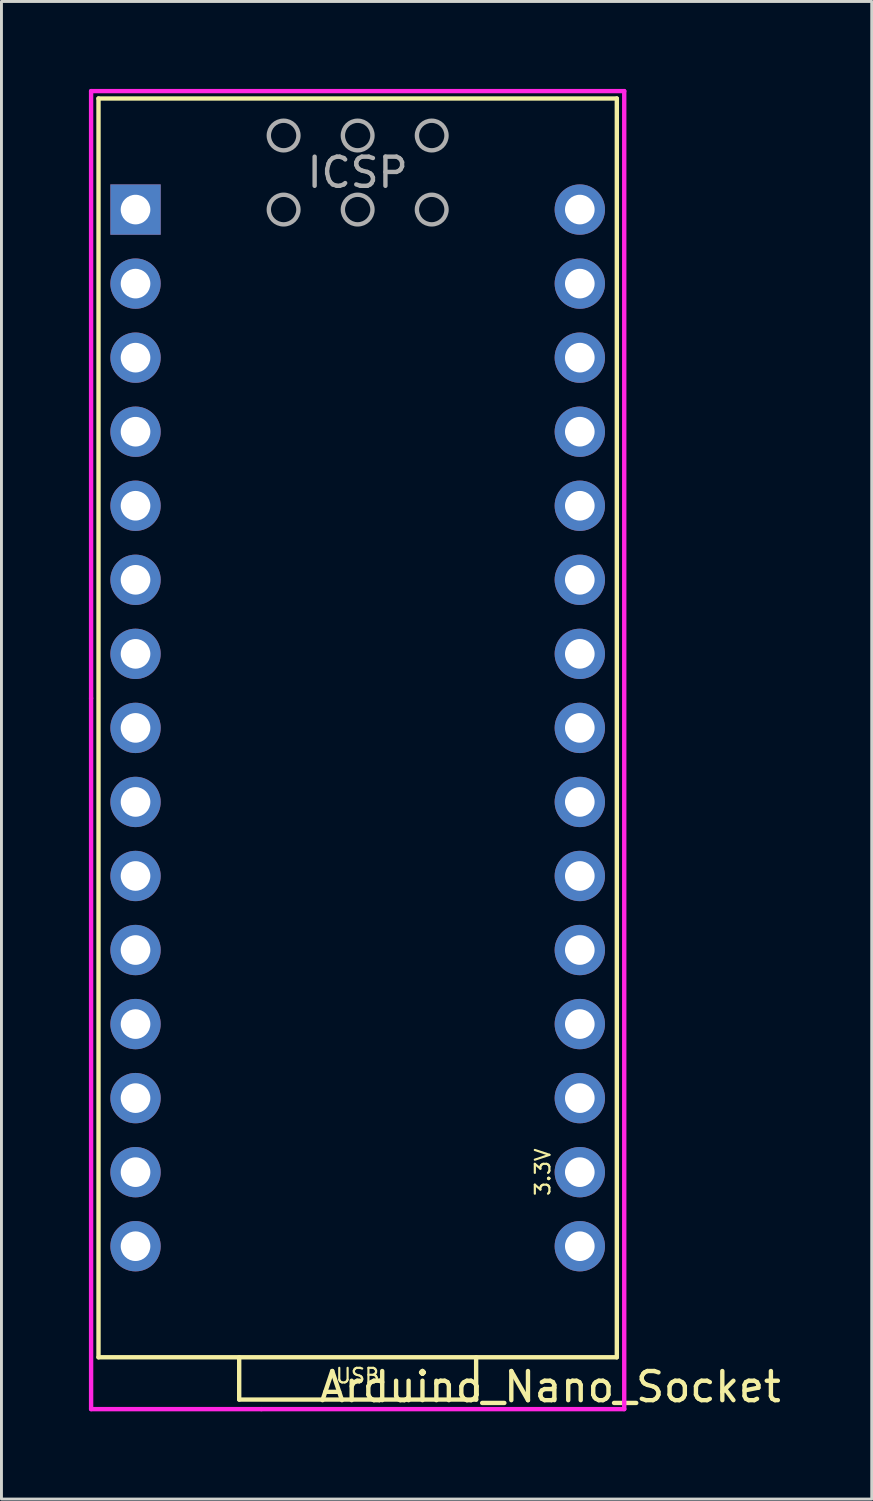
<source format=kicad_pcb>
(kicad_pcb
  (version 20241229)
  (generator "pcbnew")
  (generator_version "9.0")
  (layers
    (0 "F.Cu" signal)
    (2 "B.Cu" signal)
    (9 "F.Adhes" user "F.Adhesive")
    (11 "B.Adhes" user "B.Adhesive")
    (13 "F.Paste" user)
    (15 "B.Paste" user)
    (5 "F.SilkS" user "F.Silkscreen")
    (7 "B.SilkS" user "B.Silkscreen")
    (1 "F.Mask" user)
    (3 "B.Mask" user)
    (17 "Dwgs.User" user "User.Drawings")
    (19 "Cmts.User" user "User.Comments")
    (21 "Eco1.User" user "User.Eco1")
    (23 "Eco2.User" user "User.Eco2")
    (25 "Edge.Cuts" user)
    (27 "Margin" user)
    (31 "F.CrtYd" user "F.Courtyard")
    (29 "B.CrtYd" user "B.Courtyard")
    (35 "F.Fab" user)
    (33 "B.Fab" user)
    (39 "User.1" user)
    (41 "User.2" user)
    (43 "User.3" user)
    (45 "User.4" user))
  (footprint "Arduino_Nano_Socket"
    (layer "F.Cu")
    (at 9.219 43.509)
    (property "Reference" "Arduino_Nano_Socket" (at 6.604 1.016 0) (layer "F.SilkS") (effects (font (size 1 1) (thickness 0.15))))
    (attr through_hole)
    (fp_line (start -8.89 -43.18) (end -8.89 0) (stroke (width 0.15) (type solid)) (layer "F.SilkS"))
    (fp_line (start -8.89 -43.18) (end 8.89 -43.18) (stroke (width 0.15) (type solid)) (layer "F.SilkS"))
    (fp_line (start -8.89 0) (end 8.89 0) (stroke (width 0.15) (type solid)) (layer "F.SilkS"))
    (fp_line (start -4.064 0) (end -4.064 1.45) (stroke (width 0.15) (type solid)) (layer "F.SilkS"))
    (fp_line (start -4.064 1.45) (end 4.064 1.45) (stroke (width 0.15) (type solid)) (layer "F.SilkS"))
    (fp_line (start 4.064 1.45) (end 4.064 0) (stroke (width 0.15) (type solid)) (layer "F.SilkS"))
    (fp_line (start 8.89 -43.18) (end 8.89 0) (stroke (width 0.15) (type solid)) (layer "F.SilkS"))
    (fp_line (start -9.144 -43.434) (end 9.144 -43.434) (stroke (width 0.15) (type solid)) (layer "F.CrtYd"))
    (fp_line (start -9.144 -22.606) (end -9.144 -43.434) (stroke (width 0.15) (type solid)) (layer "F.CrtYd"))
    (fp_line (start -9.144 1.778) (end -9.144 -22.606) (stroke (width 0.15) (type solid)) (layer "F.CrtYd"))
    (fp_line (start -3.302 1.778) (end -9.144 1.778) (stroke (width 0.15) (type solid)) (layer "F.CrtYd"))
    (fp_line (start 9.144 -43.434) (end 9.144 1.778) (stroke (width 0.15) (type solid)) (layer "F.CrtYd"))
    (fp_line (start 9.144 1.778) (end -3.302 1.778) (stroke (width 0.15) (type solid)) (layer "F.CrtYd"))
    (fp_circle (center -2.54 -41.91) (end -2.032 -41.91) (stroke (width 0.15) (type solid)) (fill no) (layer "F.Fab"))
    (fp_circle (center -2.54 -39.37) (end -2.032 -39.37) (stroke (width 0.15) (type solid)) (fill no) (layer "F.Fab"))
    (fp_circle (center 0 -41.91) (end 0.508 -41.91) (stroke (width 0.15) (type solid)) (fill no) (layer "F.Fab"))
    (fp_circle (center 0 -39.37) (end 0.508 -39.37) (stroke (width 0.15) (type solid)) (fill no) (layer "F.Fab"))
    (fp_circle (center 2.54 -41.91) (end 3.048 -41.91) (stroke (width 0.15) (type solid)) (fill no) (layer "F.Fab"))
    (fp_circle (center 2.54 -39.37) (end 3.048 -39.37) (stroke (width 0.15) (type solid)) (fill no) (layer "F.Fab"))
    (fp_text user "USB" (at 0 0.635 0) (layer "F.SilkS") (effects (font (size 0.5 0.5) (thickness 0.075))))
    (fp_text user "3.3V" (at 6.35 -6.35 90) (layer "F.SilkS") (effects (font (size 0.5 0.5) (thickness 0.075))))
    (fp_text user "ICSP" (at 0 -40.64 0) (layer "F.Fab") (effects (font (size 1 1) (thickness 0.15))))
    (pad "3V3" thru_hole circle (at 7.62 -6.35) (size 1.727 1.727) (drill 1.016) (layers "*.Cu" "*.Mask"))
    (pad "5V" thru_hole circle (at 7.62 -31.75) (size 1.727 1.727) (drill 1.016) (layers "*.Cu" "*.Mask"))
    (pad "A0" thru_hole circle (at 7.62 -11.43) (size 1.727 1.727) (drill 1.016) (layers "*.Cu" "*.Mask"))
    (pad "A1" thru_hole circle (at 7.62 -13.97) (size 1.727 1.727) (drill 1.016) (layers "*.Cu" "*.Mask"))
    (pad "A2" thru_hole circle (at 7.62 -16.51) (size 1.727 1.727) (drill 1.016) (layers "*.Cu" "*.Mask"))
    (pad "A3" thru_hole circle (at 7.62 -19.05) (size 1.727 1.727) (drill 1.016) (layers "*.Cu" "*.Mask"))
    (pad "A4" thru_hole circle (at 7.62 -21.59) (size 1.727 1.727) (drill 1.016) (layers "*.Cu" "*.Mask"))
    (pad "A5" thru_hole circle (at 7.62 -24.13) (size 1.727 1.727) (drill 1.016) (layers "*.Cu" "*.Mask"))
    (pad "A6" thru_hole circle (at 7.62 -26.67) (size 1.727 1.727) (drill 1.016) (layers "*.Cu" "*.Mask"))
    (pad "A7" thru_hole circle (at 7.62 -29.21) (size 1.727 1.727) (drill 1.016) (layers "*.Cu" "*.Mask"))
    (pad "AREF" thru_hole circle (at 7.62 -8.89) (size 1.727 1.727) (drill 1.016) (layers "*.Cu" "*.Mask"))
    (pad "D0" thru_hole circle (at -7.62 -36.83) (size 1.727 1.727) (drill 1.016) (layers "*.Cu" "*.Mask"))
    (pad "D1" thru_hole rect (at -7.62 -39.37) (size 1.727 1.727) (drill 1.016) (layers "*.Cu" "*.Mask"))
    (pad "D2" thru_hole circle (at -7.62 -29.21) (size 1.727 1.727) (drill 1.016) (layers "*.Cu" "*.Mask"))
    (pad "D3" thru_hole circle (at -7.62 -26.67) (size 1.727 1.727) (drill 1.016) (layers "*.Cu" "*.Mask"))
    (pad "D4" thru_hole circle (at -7.62 -24.13) (size 1.727 1.727) (drill 1.016) (layers "*.Cu" "*.Mask"))
    (pad "D5" thru_hole circle (at -7.62 -21.59) (size 1.727 1.727) (drill 1.016) (layers "*.Cu" "*.Mask"))
    (pad "D6" thru_hole circle (at -7.62 -19.05) (size 1.727 1.727) (drill 1.016) (layers "*.Cu" "*.Mask"))
    (pad "D7" thru_hole circle (at -7.62 -16.51) (size 1.727 1.727) (drill 1.016) (layers "*.Cu" "*.Mask"))
    (pad "D8" thru_hole circle (at -7.62 -13.97) (size 1.727 1.727) (drill 1.016) (layers "*.Cu" "*.Mask"))
    (pad "D9" thru_hole circle (at -7.62 -11.43) (size 1.727 1.727) (drill 1.016) (layers "*.Cu" "*.Mask"))
    (pad "D10" thru_hole circle (at -7.62 -8.89) (size 1.727 1.727) (drill 1.016) (layers "*.Cu" "*.Mask"))
    (pad "D11" thru_hole circle (at -7.62 -6.35) (size 1.727 1.727) (drill 1.016) (layers "*.Cu" "*.Mask"))
    (pad "D12" thru_hole circle (at -7.62 -3.81) (size 1.727 1.727) (drill 1.016) (layers "*.Cu" "*.Mask"))
    (pad "D13" thru_hole circle (at 7.62 -3.81) (size 1.727 1.727) (drill 1.016) (layers "*.Cu" "*.Mask"))
    (pad "GND1" thru_hole circle (at -7.62 -31.75) (size 1.727 1.727) (drill 1.016) (layers "*.Cu" "*.Mask"))
    (pad "GND2" thru_hole circle (at 7.62 -36.83) (size 1.727 1.727) (drill 1.016) (layers "*.Cu" "*.Mask"))
    (pad "RST1" thru_hole circle (at -7.62 -34.29) (size 1.727 1.727) (drill 1.016) (layers "*.Cu" "*.Mask"))
    (pad "RST2" thru_hole circle (at 7.62 -34.29) (size 1.727 1.727) (drill 1.016) (layers "*.Cu" "*.Mask"))
    (pad "VIN" thru_hole circle (at 7.62 -39.37) (size 1.727 1.727) (drill 1.016) (layers "*.Cu" "*.Mask")))
  (gr_rect
    (start -3 -3)
    (end 26.853 48.373)
    (stroke (width 0.1) (type default))
    (fill no)
    (layer "Edge.Cuts")))
</source>
